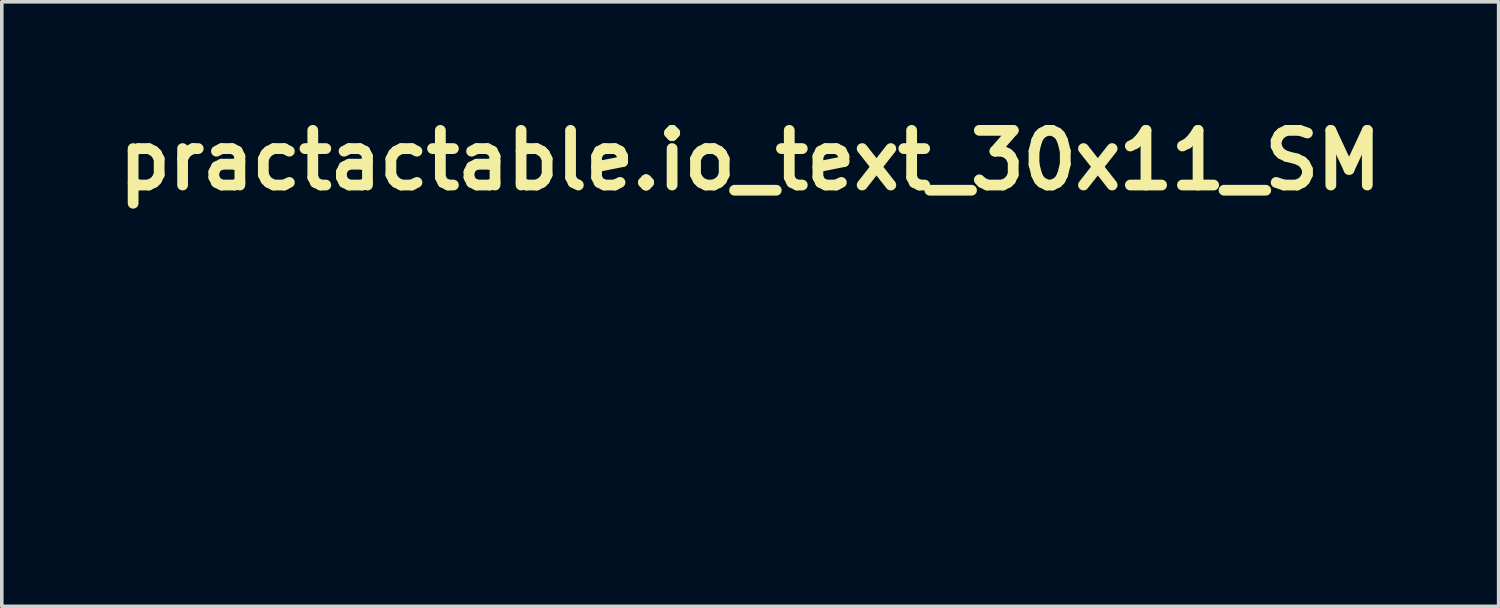
<source format=kicad_pcb>
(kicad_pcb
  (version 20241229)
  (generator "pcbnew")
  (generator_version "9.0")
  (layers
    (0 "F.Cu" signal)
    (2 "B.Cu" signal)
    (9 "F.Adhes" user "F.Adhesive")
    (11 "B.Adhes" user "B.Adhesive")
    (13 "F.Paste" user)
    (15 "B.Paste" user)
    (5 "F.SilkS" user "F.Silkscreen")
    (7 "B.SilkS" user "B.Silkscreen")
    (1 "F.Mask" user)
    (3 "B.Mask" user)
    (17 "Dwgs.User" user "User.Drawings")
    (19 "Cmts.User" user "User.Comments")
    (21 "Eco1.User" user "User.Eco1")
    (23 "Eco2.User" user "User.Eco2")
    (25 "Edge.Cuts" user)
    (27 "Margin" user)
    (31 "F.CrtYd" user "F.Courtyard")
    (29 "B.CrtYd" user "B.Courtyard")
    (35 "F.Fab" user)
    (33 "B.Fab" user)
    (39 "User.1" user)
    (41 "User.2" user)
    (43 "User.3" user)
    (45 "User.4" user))
  (footprint "practactable.io_text_30x11_SM"
    (layer "F.Cu")
    (at 18.114 5.609)
    (property "Reference" "practactable.io_text_30x11_SM" (at -0.254 -4.191 0) (layer "F.SilkS") (effects (font (size 1.524 1.524) (thickness 0.3))))
    (attr board_only exclude_from_pos_files exclude_from_bom)
    (fp_poly (pts (xy -1.429 3.817) (xy -1.394 3.84) (xy -1.364 3.885) (xy -1.386 3.932) (xy -1.388 3.933) (xy -1.449 3.977) (xy -1.51 3.971) (xy -1.523 3.961) (xy -1.543 3.903) (xy -1.525 3.841) (xy -1.491 3.814)) (stroke (width 0) (type solid)) (fill yes) (layer "F.Mask"))
    (fp_poly (pts (xy -0.4 3.816) (xy -0.382 3.833) (xy -0.349 3.892) (xy -0.35 3.933) (xy -0.392 3.974) (xy -0.452 3.976) (xy -0.501 3.942) (xy -0.507 3.93) (xy -0.503 3.867) (xy -0.48 3.83) (xy -0.438 3.799)) (stroke (width 0) (type solid)) (fill yes) (layer "F.Mask"))
    (fp_poly (pts (xy 7.991 3.825) (xy 8.019 3.877) (xy 8.018 3.9) (xy 7.987 3.959) (xy 7.931 3.973) (xy 7.871 3.936) (xy 7.87 3.935) (xy 7.845 3.887) (xy 7.872 3.843) (xy 7.875 3.84) (xy 7.936 3.809)) (stroke (width 0) (type solid)) (fill yes) (layer "F.Mask"))
    (fp_poly (pts (xy 10.844 -1.318) (xy 10.897 -1.257) (xy 10.917 -1.179) (xy 10.893 -1.099) (xy 10.878 -1.079) (xy 10.797 -1.026) (xy 10.711 -1.028) (xy 10.637 -1.085) (xy 10.63 -1.094) (xy 10.598 -1.189) (xy 10.622 -1.275) (xy 10.684 -1.33) (xy 10.769 -1.348)) (stroke (width 0) (type solid)) (fill yes) (layer "F.Mask"))
    (fp_poly (pts (xy 10.161 0.362) (xy 10.179 0.377) (xy 10.211 0.447) (xy 10.208 0.537) (xy 10.171 0.616) (xy 10.159 0.628) (xy 10.075 0.674) (xy 9.992 0.659) (xy 9.938 0.617) (xy 9.885 0.546) (xy 9.886 0.477) (xy 9.924 0.408) (xy 9.992 0.356) (xy 10.08 0.339)) (stroke (width 0) (type solid)) (fill yes) (layer "F.Mask"))
    (fp_poly (pts (xy -5.182 4.45) (xy -5.071 4.459) (xy -5.007 4.474) (xy -4.979 4.5) (xy -4.975 4.514) (xy -4.976 4.542) (xy -5.003 4.558) (xy -5.068 4.566) (xy -5.181 4.568) (xy -5.29 4.564) (xy -5.373 4.556) (xy -5.412 4.544) (xy -5.413 4.543) (xy -5.419 4.494) (xy -5.368 4.462) (xy -5.263 4.449)) (stroke (width 0) (type solid)) (fill yes) (layer "F.Mask"))
    (fp_poly (pts (xy 14.6 -0.981) (xy 14.61 -0.963) (xy 14.67 -0.785) (xy 14.681 -0.585) (xy 14.647 -0.391) (xy 14.613 -0.294) (xy 14.579 -0.232) (xy 14.552 -0.212) (xy 14.537 -0.24) (xy 14.536 -0.26) (xy 14.547 -0.32) (xy 14.569 -0.391) (xy 14.596 -0.512) (xy 14.601 -0.662) (xy 14.585 -0.809) (xy 14.568 -0.878) (xy 14.545 -0.969) (xy 14.545 -1.021) (xy 14.564 -1.027)) (stroke (width 0) (type solid)) (fill yes) (layer "F.Mask"))
    (fp_poly (pts (xy -0.405 4.139) (xy -0.388 4.155) (xy -0.378 4.194) (xy -0.374 4.267) (xy -0.374 4.383) (xy -0.377 4.511) (xy -0.384 4.69) (xy -0.396 4.813) (xy -0.414 4.883) (xy -0.439 4.906) (xy -0.473 4.887) (xy -0.473 4.887) (xy -0.481 4.85) (xy -0.488 4.763) (xy -0.492 4.641) (xy -0.494 4.501) (xy -0.493 4.346) (xy -0.49 4.242) (xy -0.483 4.18) (xy -0.47 4.148) (xy -0.449 4.137) (xy -0.431 4.136)) (stroke (width 0) (type solid)) (fill yes) (layer "F.Mask"))
    (fp_poly (pts (xy 13.079 -1.024) (xy 13.075 -0.98) (xy 13.036 -0.82) (xy 13.013 -0.703) (xy 13.004 -0.615) (xy 13.009 -0.539) (xy 13.026 -0.46) (xy 13.036 -0.424) (xy 13.067 -0.315) (xy 13.082 -0.253) (xy 13.081 -0.224) (xy 13.068 -0.216) (xy 13.06 -0.216) (xy 13.03 -0.241) (xy 12.995 -0.301) (xy 12.95 -0.458) (xy 12.939 -0.643) (xy 12.964 -0.831) (xy 12.975 -0.874) (xy 13.007 -0.968) (xy 13.039 -1.031) (xy 13.059 -1.049)) (stroke (width 0) (type solid)) (fill yes) (layer "F.Mask"))
    (fp_poly (pts (xy 7.957 4.139) (xy 7.975 4.156) (xy 7.985 4.197) (xy 7.991 4.272) (xy 7.993 4.391) (xy 7.993 4.521) (xy 7.992 4.689) (xy 7.987 4.803) (xy 7.978 4.871) (xy 7.963 4.903) (xy 7.952 4.907) (xy 7.9 4.893) (xy 7.891 4.887) (xy 7.883 4.849) (xy 7.876 4.763) (xy 7.872 4.641) (xy 7.87 4.501) (xy 7.871 4.346) (xy 7.874 4.242) (xy 7.881 4.18) (xy 7.894 4.148) (xy 7.915 4.137) (xy 7.932 4.136)) (stroke (width 0) (type solid)) (fill yes) (layer "F.Mask"))
    (fp_poly (pts (xy -1.423 4.139) (xy -1.406 4.155) (xy -1.396 4.194) (xy -1.392 4.266) (xy -1.393 4.382) (xy -1.396 4.513) (xy -1.4 4.673) (xy -1.407 4.782) (xy -1.416 4.849) (xy -1.431 4.885) (xy -1.452 4.9) (xy -1.458 4.901) (xy -1.481 4.901) (xy -1.496 4.882) (xy -1.505 4.836) (xy -1.51 4.752) (xy -1.512 4.622) (xy -1.512 4.524) (xy -1.512 4.363) (xy -1.509 4.254) (xy -1.503 4.187) (xy -1.491 4.152) (xy -1.472 4.138) (xy -1.45 4.136)) (stroke (width 0) (type solid)) (fill yes) (layer "F.Mask"))
    (fp_poly (pts (xy 13.512 -1.045) (xy 13.597 -1.034) (xy 13.641 -1.018) (xy 13.639 -1.002) (xy 13.584 -0.987) (xy 13.541 -0.982) (xy 13.441 -0.972) (xy 13.432 -0.687) (xy 13.423 -0.532) (xy 13.41 -0.439) (xy 13.394 -0.407) (xy 13.38 -0.435) (xy 13.369 -0.523) (xy 13.364 -0.67) (xy 13.364 -0.694) (xy 13.364 -0.988) (xy 13.256 -0.988) (xy 13.184 -0.995) (xy 13.148 -1.014) (xy 13.148 -1.018) (xy 13.176 -1.034) (xy 13.255 -1.044) (xy 13.372 -1.049) (xy 13.394 -1.049)) (stroke (width 0) (type solid)) (fill yes) (layer "F.Mask"))
    (fp_poly (pts (xy 10.834 -0.747) (xy 10.863 -0.712) (xy 10.874 -0.66) (xy 10.883 -0.555) (xy 10.89 -0.407) (xy 10.894 -0.223) (xy 10.895 -0.077) (xy 10.893 0.126) (xy 10.888 0.301) (xy 10.88 0.437) (xy 10.871 0.527) (xy 10.863 0.558) (xy 10.807 0.606) (xy 10.756 0.617) (xy 10.683 0.594) (xy 10.649 0.558) (xy 10.637 0.505) (xy 10.629 0.404) (xy 10.622 0.266) (xy 10.619 0.103) (xy 10.617 -0.072) (xy 10.618 -0.247) (xy 10.622 -0.41) (xy 10.629 -0.547) (xy 10.638 -0.647) (xy 10.647 -0.692) (xy 10.696 -0.754) (xy 10.766 -0.773)) (stroke (width 0) (type solid)) (fill yes) (layer "F.Mask"))
    (fp_poly (pts (xy 2.94 3.815) (xy 2.958 3.831) (xy 2.97 3.87) (xy 2.979 3.94) (xy 2.985 4.05) (xy 2.992 4.21) (xy 2.994 4.274) (xy 3 4.453) (xy 3.006 4.579) (xy 3.015 4.663) (xy 3.026 4.715) (xy 3.043 4.745) (xy 3.067 4.762) (xy 3.079 4.768) (xy 3.13 4.808) (xy 3.141 4.845) (xy 3.107 4.889) (xy 3.043 4.899) (xy 2.97 4.876) (xy 2.936 4.85) (xy 2.896 4.791) (xy 2.867 4.705) (xy 2.85 4.582) (xy 2.843 4.415) (xy 2.845 4.195) (xy 2.845 4.166) (xy 2.85 4.014) (xy 2.856 3.913) (xy 2.866 3.852) (xy 2.88 3.822) (xy 2.903 3.812) (xy 2.917 3.812)) (stroke (width 0) (type solid)) (fill yes) (layer "F.Mask"))
    (fp_poly (pts (xy 8.733 4.135) (xy 8.843 4.18) (xy 8.904 4.238) (xy 8.909 4.303) (xy 8.908 4.305) (xy 8.889 4.33) (xy 8.851 4.324) (xy 8.781 4.286) (xy 8.66 4.243) (xy 8.549 4.254) (xy 8.46 4.314) (xy 8.406 4.414) (xy 8.395 4.502) (xy 8.42 4.632) (xy 8.488 4.727) (xy 8.587 4.78) (xy 8.705 4.784) (xy 8.801 4.75) (xy 8.868 4.733) (xy 8.907 4.756) (xy 8.905 4.803) (xy 8.882 4.835) (xy 8.8 4.879) (xy 8.686 4.899) (xy 8.563 4.893) (xy 8.455 4.86) (xy 8.435 4.849) (xy 8.329 4.757) (xy 8.273 4.64) (xy 8.261 4.522) (xy 8.287 4.367) (xy 8.357 4.244) (xy 8.463 4.16) (xy 8.595 4.122)) (stroke (width 0) (type solid)) (fill yes) (layer "F.Mask"))
    (fp_poly (pts (xy 10.209 3.799) (xy 10.226 3.815) (xy 10.237 3.853) (xy 10.243 3.923) (xy 10.246 4.034) (xy 10.246 4.195) (xy 10.246 4.23) (xy 10.249 4.432) (xy 10.257 4.58) (xy 10.272 4.682) (xy 10.296 4.745) (xy 10.331 4.776) (xy 10.373 4.784) (xy 10.421 4.8) (xy 10.427 4.837) (xy 10.398 4.877) (xy 10.338 4.901) (xy 10.335 4.901) (xy 10.255 4.888) (xy 10.188 4.828) (xy 10.163 4.791) (xy 10.145 4.749) (xy 10.134 4.69) (xy 10.127 4.604) (xy 10.124 4.479) (xy 10.123 4.305) (xy 10.123 4.27) (xy 10.123 4.09) (xy 10.125 3.962) (xy 10.13 3.878) (xy 10.139 3.828) (xy 10.152 3.804) (xy 10.172 3.797) (xy 10.185 3.796)) (stroke (width 0) (type solid)) (fill yes) (layer "F.Mask"))
    (fp_poly (pts (xy -3.752 4.118) (xy -3.719 4.13) (xy -3.655 4.171) (xy -3.65 4.203) (xy -3.702 4.223) (xy -3.774 4.228) (xy -3.874 4.239) (xy -3.959 4.267) (xy -3.974 4.276) (xy -4.009 4.307) (xy -4.03 4.35) (xy -4.04 4.421) (xy -4.043 4.534) (xy -4.043 4.567) (xy -4.045 4.689) (xy -4.051 4.79) (xy -4.06 4.853) (xy -4.062 4.858) (xy -4.104 4.902) (xy -4.16 4.899) (xy -4.177 4.887) (xy -4.185 4.849) (xy -4.192 4.763) (xy -4.196 4.642) (xy -4.197 4.515) (xy -4.196 4.359) (xy -4.191 4.254) (xy -4.181 4.19) (xy -4.165 4.156) (xy -4.149 4.146) (xy -4.09 4.146) (xy -4.069 4.159) (xy -4.017 4.171) (xy -3.922 4.145) (xy -3.917 4.143) (xy -3.822 4.114)) (stroke (width 0) (type solid)) (fill yes) (layer "F.Mask"))
    (fp_poly (pts (xy 5.198 4.118) (xy 5.232 4.13) (xy 5.296 4.171) (xy 5.3 4.205) (xy 5.247 4.225) (xy 5.193 4.229) (xy 5.092 4.24) (xy 5.005 4.266) (xy 5 4.268) (xy 4.964 4.29) (xy 4.94 4.322) (xy 4.925 4.377) (xy 4.915 4.467) (xy 4.907 4.599) (xy 4.898 4.74) (xy 4.886 4.83) (xy 4.87 4.879) (xy 4.847 4.899) (xy 4.842 4.901) (xy 4.789 4.885) (xy 4.772 4.86) (xy 4.764 4.809) (xy 4.758 4.712) (xy 4.754 4.585) (xy 4.753 4.487) (xy 4.754 4.338) (xy 4.76 4.239) (xy 4.772 4.181) (xy 4.79 4.152) (xy 4.801 4.146) (xy 4.86 4.146) (xy 4.881 4.159) (xy 4.933 4.171) (xy 5.029 4.145) (xy 5.034 4.143) (xy 5.128 4.114)) (stroke (width 0) (type solid)) (fill yes) (layer "F.Mask"))
    (fp_poly (pts (xy 13.52 4.131) (xy 13.549 4.182) (xy 13.549 4.185) (xy 13.524 4.216) (xy 13.445 4.228) (xy 13.424 4.228) (xy 13.312 4.245) (xy 13.226 4.301) (xy 13.223 4.304) (xy 13.186 4.347) (xy 13.163 4.395) (xy 13.152 4.465) (xy 13.148 4.573) (xy 13.148 4.643) (xy 13.145 4.779) (xy 13.136 4.862) (xy 13.121 4.901) (xy 13.106 4.907) (xy 13.054 4.893) (xy 13.045 4.887) (xy 13.037 4.849) (xy 13.03 4.763) (xy 13.026 4.641) (xy 13.024 4.501) (xy 13.025 4.346) (xy 13.028 4.242) (xy 13.035 4.179) (xy 13.048 4.147) (xy 13.069 4.137) (xy 13.083 4.136) (xy 13.138 4.15) (xy 13.153 4.168) (xy 13.186 4.18) (xy 13.256 4.153) (xy 13.359 4.116) (xy 13.452 4.109)) (stroke (width 0) (type solid)) (fill yes) (layer "F.Mask"))
    (fp_poly (pts (xy -0.592 -0.78) (xy -0.489 -0.744) (xy -0.462 -0.722) (xy -0.413 -0.651) (xy -0.421 -0.596) (xy -0.483 -0.564) (xy -0.583 -0.557) (xy -0.736 -0.561) (xy -0.843 -0.555) (xy -0.921 -0.535) (xy -0.985 -0.499) (xy -1.026 -0.466) (xy -1.126 -0.376) (xy -1.142 0.113) (xy -1.157 0.602) (xy -1.254 0.611) (xy -1.335 0.605) (xy -1.369 0.57) (xy -1.375 0.525) (xy -1.381 0.428) (xy -1.385 0.29) (xy -1.388 0.122) (xy -1.389 -0.067) (xy -1.389 -0.091) (xy -1.388 -0.316) (xy -1.385 -0.486) (xy -1.377 -0.609) (xy -1.363 -0.692) (xy -1.342 -0.741) (xy -1.311 -0.765) (xy -1.269 -0.77) (xy -1.228 -0.766) (xy -1.165 -0.732) (xy -1.147 -0.687) (xy -1.138 -0.617) (xy -0.999 -0.699) (xy -0.864 -0.757) (xy -0.723 -0.784)) (stroke (width 0) (type solid)) (fill yes) (layer "F.Mask"))
    (fp_poly (pts (xy 0.426 4.145) (xy 0.552 4.229) (xy 0.556 4.233) (xy 0.638 4.356) (xy 0.67 4.497) (xy 0.65 4.64) (xy 0.58 4.771) (xy 0.54 4.814) (xy 0.447 4.868) (xy 0.323 4.897) (xy 0.196 4.898) (xy 0.096 4.87) (xy -0.02 4.775) (xy -0.089 4.644) (xy -0.104 4.522) (xy 0.029 4.522) (xy 0.052 4.635) (xy 0.098 4.712) (xy 0.19 4.771) (xy 0.3 4.785) (xy 0.404 4.754) (xy 0.453 4.714) (xy 0.524 4.599) (xy 0.533 4.475) (xy 0.509 4.393) (xy 0.44 4.296) (xy 0.343 4.245) (xy 0.232 4.243) (xy 0.125 4.293) (xy 0.092 4.322) (xy 0.043 4.41) (xy 0.029 4.522) (xy -0.104 4.522) (xy -0.106 4.511) (xy -0.081 4.356) (xy -0.011 4.241) (xy 0.109 4.161) (xy 0.128 4.153) (xy 0.283 4.119)) (stroke (width 0) (type solid)) (fill yes) (layer "F.Mask"))
    (fp_poly (pts (xy 6.846 4.142) (xy 6.945 4.174) (xy 7.014 4.223) (xy 7.037 4.278) (xy 7.014 4.313) (xy 6.957 4.315) (xy 6.886 4.286) (xy 6.869 4.274) (xy 6.768 4.232) (xy 6.661 4.25) (xy 6.594 4.291) (xy 6.519 4.386) (xy 6.491 4.501) (xy 6.51 4.619) (xy 6.576 4.721) (xy 6.602 4.744) (xy 6.671 4.772) (xy 6.764 4.782) (xy 6.853 4.773) (xy 6.905 4.749) (xy 6.954 4.728) (xy 7.002 4.741) (xy 7.022 4.779) (xy 7.019 4.794) (xy 6.968 4.848) (xy 6.874 4.888) (xy 6.752 4.907) (xy 6.726 4.907) (xy 6.629 4.895) (xy 6.544 4.849) (xy 6.493 4.806) (xy 6.404 4.687) (xy 6.363 4.55) (xy 6.371 4.41) (xy 6.425 4.282) (xy 6.526 4.18) (xy 6.531 4.177) (xy 6.623 4.14) (xy 6.734 4.13)) (stroke (width 0) (type solid)) (fill yes) (layer "F.Mask"))
    (fp_poly (pts (xy -6.873 4.131) (xy -6.741 4.183) (xy -6.667 4.243) (xy -6.608 4.344) (xy -6.58 4.476) (xy -6.584 4.613) (xy -6.617 4.716) (xy -6.702 4.818) (xy -6.822 4.883) (xy -6.962 4.907) (xy -7.103 4.886) (xy -7.167 4.859) (xy -7.263 4.775) (xy -7.324 4.655) (xy -7.345 4.534) (xy -7.222 4.534) (xy -7.196 4.636) (xy -7.133 4.72) (xy -7.04 4.774) (xy -6.925 4.786) (xy -6.837 4.765) (xy -6.78 4.716) (xy -6.731 4.63) (xy -6.701 4.532) (xy -6.697 4.49) (xy -6.724 4.403) (xy -6.789 4.317) (xy -6.876 4.253) (xy -6.96 4.228) (xy -7.044 4.253) (xy -7.132 4.318) (xy -7.203 4.424) (xy -7.222 4.534) (xy -7.345 4.534) (xy -7.347 4.519) (xy -7.33 4.383) (xy -7.268 4.265) (xy -7.266 4.262) (xy -7.153 4.171) (xy -7.016 4.127)) (stroke (width 0) (type solid)) (fill yes) (layer "F.Mask"))
    (fp_poly (pts (xy -4.629 3.908) (xy -4.603 3.983) (xy -4.599 4.047) (xy -4.595 4.124) (xy -4.573 4.158) (xy -4.521 4.166) (xy -4.506 4.166) (xy -4.432 4.18) (xy -4.413 4.213) (xy -4.441 4.249) (xy -4.507 4.259) (xy -4.601 4.259) (xy -4.583 4.737) (xy -4.482 4.767) (xy -4.41 4.804) (xy -4.39 4.849) (xy -4.424 4.886) (xy -4.479 4.901) (xy -4.574 4.883) (xy -4.646 4.837) (xy -4.689 4.794) (xy -4.716 4.746) (xy -4.733 4.676) (xy -4.743 4.567) (xy -4.746 4.511) (xy -4.755 4.386) (xy -4.766 4.31) (xy -4.783 4.272) (xy -4.809 4.26) (xy -4.819 4.259) (xy -4.866 4.239) (xy -4.876 4.213) (xy -4.851 4.175) (xy -4.815 4.166) (xy -4.773 4.155) (xy -4.756 4.112) (xy -4.753 4.049) (xy -4.744 3.963) (xy -4.722 3.902) (xy -4.717 3.896) (xy -4.669 3.876)) (stroke (width 0) (type solid)) (fill yes) (layer "F.Mask"))
    (fp_poly (pts (xy -0.96 3.889) (xy -0.957 3.889) (xy -0.938 3.916) (xy -0.927 3.986) (xy -0.926 4.028) (xy -0.923 4.113) (xy -0.908 4.153) (xy -0.868 4.166) (xy -0.833 4.166) (xy -0.76 4.18) (xy -0.741 4.213) (xy -0.768 4.249) (xy -0.835 4.259) (xy -0.928 4.259) (xy -0.91 4.737) (xy -0.809 4.767) (xy -0.737 4.805) (xy -0.718 4.849) (xy -0.753 4.887) (xy -0.81 4.901) (xy -0.903 4.885) (xy -0.972 4.833) (xy -1.012 4.786) (xy -1.035 4.734) (xy -1.046 4.658) (xy -1.049 4.541) (xy -1.049 4.522) (xy -1.051 4.403) (xy -1.058 4.33) (xy -1.074 4.29) (xy -1.105 4.268) (xy -1.126 4.259) (xy -1.19 4.222) (xy -1.197 4.187) (xy -1.147 4.163) (xy -1.134 4.161) (xy -1.089 4.144) (xy -1.064 4.097) (xy -1.049 4.012) (xy -1.036 3.931) (xy -1.019 3.885) (xy -1.011 3.881)) (stroke (width 0) (type solid)) (fill yes) (layer "F.Mask"))
    (fp_poly (pts (xy 7.393 3.875) (xy 7.426 3.934) (xy 7.443 4.028) (xy 7.455 4.109) (xy 7.482 4.147) (xy 7.538 4.161) (xy 7.607 4.184) (xy 7.623 4.22) (xy 7.588 4.25) (xy 7.53 4.259) (xy 7.438 4.259) (xy 7.438 4.473) (xy 7.447 4.622) (xy 7.476 4.72) (xy 7.529 4.771) (xy 7.597 4.784) (xy 7.645 4.8) (xy 7.65 4.836) (xy 7.62 4.876) (xy 7.561 4.901) (xy 7.554 4.901) (xy 7.461 4.885) (xy 7.392 4.833) (xy 7.352 4.786) (xy 7.328 4.734) (xy 7.317 4.658) (xy 7.314 4.541) (xy 7.314 4.522) (xy 7.313 4.403) (xy 7.306 4.33) (xy 7.289 4.29) (xy 7.258 4.268) (xy 7.237 4.259) (xy 7.18 4.232) (xy 7.16 4.213) (xy 7.185 4.191) (xy 7.237 4.166) (xy 7.289 4.136) (xy 7.311 4.083) (xy 7.314 4.015) (xy 7.327 3.915) (xy 7.356 3.869)) (stroke (width 0) (type solid)) (fill yes) (layer "F.Mask"))
    (fp_poly (pts (xy 12.548 4.153) (xy 12.657 4.221) (xy 12.736 4.322) (xy 12.775 4.452) (xy 12.777 4.491) (xy 12.77 4.595) (xy 12.753 4.687) (xy 12.747 4.705) (xy 12.681 4.797) (xy 12.575 4.864) (xy 12.445 4.9) (xy 12.308 4.899) (xy 12.183 4.859) (xy 12.086 4.773) (xy 12.026 4.653) (xy 12.007 4.515) (xy 12.011 4.494) (xy 12.129 4.494) (xy 12.144 4.58) (xy 12.182 4.671) (xy 12.23 4.741) (xy 12.26 4.763) (xy 12.378 4.784) (xy 12.497 4.76) (xy 12.578 4.708) (xy 12.644 4.604) (xy 12.653 4.488) (xy 12.607 4.372) (xy 12.56 4.315) (xy 12.489 4.254) (xy 12.428 4.234) (xy 12.367 4.24) (xy 12.265 4.284) (xy 12.181 4.362) (xy 12.134 4.455) (xy 12.129 4.494) (xy 12.011 4.494) (xy 12.032 4.376) (xy 12.076 4.287) (xy 12.176 4.186) (xy 12.296 4.132) (xy 12.424 4.122)) (stroke (width 0) (type solid)) (fill yes) (layer "F.Mask"))
    (fp_poly (pts (xy -5.831 4.134) (xy -5.719 4.195) (xy -5.714 4.2) (xy -5.647 4.299) (xy -5.604 4.447) (xy -5.587 4.634) (xy -5.587 4.66) (xy -5.595 4.797) (xy -5.62 4.877) (xy -5.664 4.903) (xy -5.691 4.897) (xy -5.717 4.875) (xy -5.732 4.824) (xy -5.739 4.733) (xy -5.74 4.634) (xy -5.749 4.467) (xy -5.776 4.353) (xy -5.827 4.284) (xy -5.906 4.251) (xy -5.968 4.247) (xy -6.061 4.256) (xy -6.125 4.291) (xy -6.166 4.361) (xy -6.191 4.475) (xy -6.203 4.62) (xy -6.217 4.773) (xy -6.239 4.867) (xy -6.268 4.904) (xy -6.306 4.887) (xy -6.314 4.85) (xy -6.321 4.763) (xy -6.325 4.641) (xy -6.327 4.501) (xy -6.326 4.346) (xy -6.323 4.242) (xy -6.316 4.179) (xy -6.303 4.147) (xy -6.282 4.137) (xy -6.268 4.136) (xy -6.213 4.15) (xy -6.198 4.168) (xy -6.165 4.179) (xy -6.092 4.153) (xy -6.088 4.151) (xy -5.962 4.118)) (stroke (width 0) (type solid)) (fill yes) (layer "F.Mask"))
    (fp_poly (pts (xy 2.313 4.121) (xy 2.401 4.156) (xy 2.417 4.164) (xy 2.527 4.239) (xy 2.601 4.345) (xy 2.642 4.49) (xy 2.654 4.677) (xy 2.651 4.793) (xy 2.638 4.861) (xy 2.613 4.893) (xy 2.604 4.897) (xy 2.548 4.891) (xy 2.525 4.866) (xy 2.5 4.834) (xy 2.462 4.835) (xy 2.407 4.861) (xy 2.266 4.904) (xy 2.127 4.892) (xy 2.011 4.829) (xy 1.912 4.711) (xy 1.866 4.578) (xy 1.867 4.525) (xy 1.995 4.525) (xy 2.019 4.628) (xy 2.078 4.714) (xy 2.169 4.77) (xy 2.253 4.784) (xy 2.365 4.762) (xy 2.436 4.709) (xy 2.491 4.611) (xy 2.506 4.489) (xy 2.48 4.373) (xy 2.473 4.36) (xy 2.401 4.284) (xy 2.298 4.245) (xy 2.186 4.25) (xy 2.159 4.26) (xy 2.063 4.326) (xy 2.009 4.42) (xy 1.995 4.525) (xy 1.867 4.525) (xy 1.869 4.441) (xy 1.919 4.314) (xy 2.014 4.208) (xy 2.15 4.135) (xy 2.162 4.131) (xy 2.243 4.114)) (stroke (width 0) (type solid)) (fill yes) (layer "F.Mask"))
    (fp_poly (pts (xy 7.791 -1.385) (xy 7.817 -1.368) (xy 7.837 -1.331) (xy 7.851 -1.268) (xy 7.861 -1.172) (xy 7.866 -1.035) (xy 7.869 -0.853) (xy 7.87 -0.617) (xy 7.87 -0.551) (xy 7.871 -0.285) (xy 7.874 -0.075) (xy 7.881 0.086) (xy 7.892 0.204) (xy 7.908 0.285) (xy 7.93 0.336) (xy 7.959 0.362) (xy 7.996 0.37) (xy 8 0.37) (xy 8.097 0.392) (xy 8.161 0.447) (xy 8.179 0.507) (xy 8.16 0.571) (xy 8.13 0.599) (xy 8.022 0.617) (xy 7.903 0.605) (xy 7.812 0.567) (xy 7.754 0.507) (xy 7.697 0.419) (xy 7.682 0.389) (xy 7.664 0.344) (xy 7.65 0.292) (xy 7.64 0.225) (xy 7.633 0.134) (xy 7.628 0.011) (xy 7.625 -0.151) (xy 7.624 -0.362) (xy 7.624 -0.515) (xy 7.624 -0.759) (xy 7.626 -0.949) (xy 7.629 -1.091) (xy 7.634 -1.194) (xy 7.642 -1.264) (xy 7.653 -1.308) (xy 7.667 -1.335) (xy 7.672 -1.34) (xy 7.727 -1.38) (xy 7.758 -1.389)) (stroke (width 0) (type solid)) (fill yes) (layer "F.Mask"))
    (fp_poly (pts (xy -3.06 4.145) (xy -2.938 4.21) (xy -2.855 4.3) (xy -2.824 4.378) (xy -2.799 4.494) (xy -2.784 4.624) (xy -2.78 4.746) (xy -2.79 4.827) (xy -2.824 4.889) (xy -2.871 4.905) (xy -2.912 4.873) (xy -2.923 4.846) (xy -2.937 4.806) (xy -2.959 4.804) (xy -3.01 4.84) (xy -3.017 4.846) (xy -3.123 4.894) (xy -3.251 4.903) (xy -3.377 4.871) (xy -3.399 4.861) (xy -3.49 4.779) (xy -3.551 4.659) (xy -3.568 4.564) (xy -3.448 4.564) (xy -3.417 4.637) (xy -3.38 4.685) (xy -3.28 4.764) (xy -3.17 4.786) (xy -3.062 4.751) (xy -3.008 4.708) (xy -2.941 4.603) (xy -2.929 4.486) (xy -2.97 4.373) (xy -3.03 4.305) (xy -3.111 4.25) (xy -3.183 4.236) (xy -3.223 4.242) (xy -3.342 4.292) (xy -3.418 4.387) (xy -3.445 4.479) (xy -3.448 4.564) (xy -3.568 4.564) (xy -3.576 4.522) (xy -3.56 4.385) (xy -3.535 4.324) (xy -3.448 4.215) (xy -3.33 4.148) (xy -3.196 4.125)) (stroke (width 0) (type solid)) (fill yes) (layer "F.Mask"))
    (fp_poly (pts (xy 13.823 3.8) (xy 13.841 3.819) (xy 13.851 3.865) (xy 13.856 3.947) (xy 13.857 4.078) (xy 13.857 4.124) (xy 13.857 4.452) (xy 14.057 4.276) (xy 14.175 4.18) (xy 14.257 4.131) (xy 14.304 4.129) (xy 14.32 4.172) (xy 14.32 4.174) (xy 14.299 4.212) (xy 14.242 4.274) (xy 14.178 4.335) (xy 14.035 4.46) (xy 14.178 4.635) (xy 14.248 4.728) (xy 14.299 4.807) (xy 14.32 4.856) (xy 14.32 4.859) (xy 14.305 4.903) (xy 14.26 4.898) (xy 14.193 4.846) (xy 14.106 4.749) (xy 14.098 4.739) (xy 14.008 4.635) (xy 13.943 4.586) (xy 13.899 4.592) (xy 13.87 4.653) (xy 13.857 4.735) (xy 13.837 4.843) (xy 13.806 4.898) (xy 13.765 4.896) (xy 13.755 4.887) (xy 13.748 4.851) (xy 13.742 4.763) (xy 13.738 4.635) (xy 13.735 4.476) (xy 13.734 4.331) (xy 13.734 4.138) (xy 13.736 3.998) (xy 13.74 3.902) (xy 13.747 3.843) (xy 13.758 3.811) (xy 13.775 3.798) (xy 13.796 3.796)) (stroke (width 0) (type solid)) (fill yes) (layer "F.Mask"))
    (fp_poly (pts (xy -7.81 4.137) (xy -7.741 4.161) (xy -7.666 4.216) (xy -7.616 4.295) (xy -7.586 4.409) (xy -7.57 4.571) (xy -7.57 4.583) (xy -7.568 4.741) (xy -7.581 4.844) (xy -7.61 4.895) (xy -7.657 4.9) (xy -7.666 4.897) (xy -7.691 4.876) (xy -7.707 4.827) (xy -7.714 4.739) (xy -7.716 4.62) (xy -7.723 4.459) (xy -7.748 4.35) (xy -7.796 4.284) (xy -7.873 4.253) (xy -7.953 4.247) (xy -8.048 4.26) (xy -8.114 4.304) (xy -8.155 4.388) (xy -8.175 4.518) (xy -8.179 4.648) (xy -8.181 4.783) (xy -8.19 4.864) (xy -8.206 4.902) (xy -8.22 4.907) (xy -8.272 4.893) (xy -8.281 4.887) (xy -8.29 4.849) (xy -8.296 4.763) (xy -8.301 4.641) (xy -8.302 4.501) (xy -8.301 4.346) (xy -8.298 4.242) (xy -8.291 4.179) (xy -8.278 4.147) (xy -8.257 4.137) (xy -8.243 4.136) (xy -8.188 4.153) (xy -8.171 4.174) (xy -8.15 4.196) (xy -8.107 4.17) (xy -8.106 4.17) (xy -8.029 4.137) (xy -7.921 4.126)) (stroke (width 0) (type solid)) (fill yes) (layer "F.Mask"))
    (fp_poly (pts (xy 5.866 4.133) (xy 5.992 4.199) (xy 6.094 4.306) (xy 6.154 4.434) (xy 6.158 4.453) (xy 6.167 4.542) (xy 6.169 4.659) (xy 6.167 4.722) (xy 6.157 4.824) (xy 6.138 4.879) (xy 6.105 4.901) (xy 6.101 4.902) (xy 6.047 4.887) (xy 6.028 4.849) (xy 6.014 4.807) (xy 5.991 4.804) (xy 5.941 4.84) (xy 5.933 4.846) (xy 5.816 4.902) (xy 5.687 4.903) (xy 5.56 4.849) (xy 5.507 4.807) (xy 5.414 4.685) (xy 5.374 4.55) (xy 5.375 4.544) (xy 5.512 4.544) (xy 5.545 4.648) (xy 5.613 4.729) (xy 5.704 4.777) (xy 5.808 4.786) (xy 5.911 4.745) (xy 5.947 4.717) (xy 6.007 4.622) (xy 6.022 4.51) (xy 5.995 4.398) (xy 5.93 4.304) (xy 5.834 4.245) (xy 5.82 4.241) (xy 5.719 4.245) (xy 5.621 4.295) (xy 5.546 4.379) (xy 5.526 4.424) (xy 5.512 4.544) (xy 5.375 4.544) (xy 5.386 4.414) (xy 5.446 4.289) (xy 5.554 4.19) (xy 5.612 4.159) (xy 5.708 4.122) (xy 5.783 4.115)) (stroke (width 0) (type solid)) (fill yes) (layer "F.Mask"))
    (fp_poly (pts (xy 9.692 4.159) (xy 9.807 4.248) (xy 9.836 4.287) (xy 9.873 4.351) (xy 9.894 4.422) (xy 9.904 4.517) (xy 9.907 4.649) (xy 9.905 4.778) (xy 9.898 4.856) (xy 9.884 4.895) (xy 9.861 4.907) (xy 9.858 4.907) (xy 9.811 4.881) (xy 9.792 4.844) (xy 9.776 4.801) (xy 9.748 4.807) (xy 9.719 4.832) (xy 9.633 4.876) (xy 9.518 4.896) (xy 9.398 4.889) (xy 9.313 4.861) (xy 9.211 4.772) (xy 9.152 4.655) (xy 9.138 4.546) (xy 9.259 4.546) (xy 9.301 4.66) (xy 9.334 4.702) (xy 9.433 4.767) (xy 9.548 4.783) (xy 9.659 4.75) (xy 9.689 4.729) (xy 9.745 4.65) (xy 9.774 4.546) (xy 9.779 4.456) (xy 9.758 4.393) (xy 9.699 4.325) (xy 9.697 4.322) (xy 9.594 4.247) (xy 9.493 4.233) (xy 9.392 4.28) (xy 9.349 4.318) (xy 9.275 4.429) (xy 9.259 4.546) (xy 9.138 4.546) (xy 9.136 4.523) (xy 9.159 4.391) (xy 9.22 4.272) (xy 9.318 4.181) (xy 9.401 4.142) (xy 9.552 4.122)) (stroke (width 0) (type solid)) (fill yes) (layer "F.Mask"))
    (fp_poly (pts (xy 13.822 -1.024) (xy 13.867 -0.955) (xy 13.923 -0.855) (xy 13.95 -0.802) (xy 14.006 -0.693) (xy 14.053 -0.609) (xy 14.083 -0.561) (xy 14.089 -0.556) (xy 14.108 -0.581) (xy 14.148 -0.65) (xy 14.201 -0.749) (xy 14.23 -0.806) (xy 14.298 -0.933) (xy 14.349 -1.009) (xy 14.382 -1.03) (xy 14.386 -1.027) (xy 14.398 -0.985) (xy 14.406 -0.902) (xy 14.407 -0.794) (xy 14.404 -0.677) (xy 14.397 -0.567) (xy 14.386 -0.481) (xy 14.372 -0.435) (xy 14.367 -0.431) (xy 14.349 -0.459) (xy 14.332 -0.533) (xy 14.32 -0.635) (xy 14.305 -0.839) (xy 14.205 -0.636) (xy 14.153 -0.537) (xy 14.11 -0.465) (xy 14.082 -0.433) (xy 14.08 -0.432) (xy 14.056 -0.458) (xy 14.012 -0.525) (xy 13.959 -0.621) (xy 13.949 -0.64) (xy 13.842 -0.849) (xy 13.833 -0.625) (xy 13.824 -0.494) (xy 13.811 -0.421) (xy 13.797 -0.404) (xy 13.783 -0.438) (xy 13.772 -0.522) (xy 13.766 -0.652) (xy 13.765 -0.725) (xy 13.768 -0.871) (xy 13.775 -0.979) (xy 13.787 -1.04) (xy 13.795 -1.049)) (stroke (width 0) (type solid)) (fill yes) (layer "F.Mask"))
    (fp_poly (pts (xy 1.406 4.139) (xy 1.437 4.153) (xy 1.525 4.207) (xy 1.584 4.273) (xy 1.616 4.365) (xy 1.629 4.495) (xy 1.628 4.629) (xy 1.622 4.761) (xy 1.612 4.842) (xy 1.596 4.882) (xy 1.574 4.892) (xy 1.55 4.879) (xy 1.533 4.833) (xy 1.521 4.744) (xy 1.511 4.619) (xy 1.501 4.48) (xy 1.487 4.391) (xy 1.466 4.336) (xy 1.436 4.302) (xy 1.434 4.301) (xy 1.32 4.243) (xy 1.215 4.245) (xy 1.147 4.281) (xy 1.107 4.316) (xy 1.081 4.357) (xy 1.066 4.42) (xy 1.055 4.519) (xy 1.049 4.617) (xy 1.04 4.753) (xy 1.027 4.838) (xy 1.009 4.884) (xy 0.984 4.901) (xy 0.984 4.901) (xy 0.932 4.885) (xy 0.914 4.86) (xy 0.906 4.809) (xy 0.9 4.712) (xy 0.896 4.585) (xy 0.895 4.487) (xy 0.897 4.338) (xy 0.902 4.239) (xy 0.914 4.181) (xy 0.932 4.152) (xy 0.943 4.146) (xy 1.002 4.146) (xy 1.022 4.158) (xy 1.076 4.169) (xy 1.177 4.144) (xy 1.184 4.141) (xy 1.271 4.114) (xy 1.334 4.113)) (stroke (width 0) (type solid)) (fill yes) (layer "F.Mask"))
    (fp_poly (pts (xy 4.235 4.134) (xy 4.375 4.203) (xy 4.475 4.309) (xy 4.524 4.432) (xy 4.529 4.576) (xy 4.483 4.701) (xy 4.399 4.804) (xy 4.282 4.884) (xy 4.154 4.91) (xy 4.029 4.88) (xy 3.971 4.844) (xy 3.891 4.781) (xy 3.882 5.006) (xy 3.875 5.126) (xy 3.863 5.197) (xy 3.842 5.231) (xy 3.819 5.241) (xy 3.765 5.228) (xy 3.747 5.205) (xy 3.741 5.157) (xy 3.738 5.061) (xy 3.737 4.931) (xy 3.739 4.781) (xy 3.74 4.772) (xy 3.748 4.58) (xy 3.757 4.498) (xy 3.887 4.498) (xy 3.899 4.613) (xy 3.956 4.712) (xy 4.048 4.771) (xy 4.157 4.785) (xy 4.261 4.754) (xy 4.311 4.714) (xy 4.381 4.612) (xy 4.4 4.512) (xy 4.381 4.424) (xy 4.323 4.328) (xy 4.233 4.262) (xy 4.13 4.236) (xy 4.087 4.241) (xy 3.986 4.295) (xy 3.918 4.387) (xy 3.887 4.498) (xy 3.757 4.498) (xy 3.764 4.439) (xy 3.793 4.336) (xy 3.839 4.261) (xy 3.907 4.204) (xy 3.994 4.155) (xy 4.081 4.119) (xy 4.155 4.115)) (stroke (width 0) (type solid)) (fill yes) (layer "F.Mask"))
    (fp_poly (pts (xy 2.281 -0.757) (xy 2.412 -0.719) (xy 2.522 -0.662) (xy 2.603 -0.595) (xy 2.647 -0.522) (xy 2.646 -0.452) (xy 2.608 -0.402) (xy 2.572 -0.386) (xy 2.522 -0.398) (xy 2.443 -0.444) (xy 2.416 -0.462) (xy 2.321 -0.52) (xy 2.243 -0.547) (xy 2.153 -0.551) (xy 2.104 -0.548) (xy 1.994 -0.532) (xy 1.914 -0.497) (xy 1.834 -0.429) (xy 1.828 -0.423) (xy 1.763 -0.35) (xy 1.727 -0.28) (xy 1.709 -0.188) (xy 1.704 -0.129) (xy 1.712 0.058) (xy 1.766 0.206) (xy 1.868 0.318) (xy 1.907 0.345) (xy 2.029 0.394) (xy 2.17 0.411) (xy 2.305 0.395) (xy 2.391 0.358) (xy 2.482 0.318) (xy 2.562 0.313) (xy 2.619 0.337) (xy 2.641 0.385) (xy 2.618 0.45) (xy 2.601 0.471) (xy 2.483 0.559) (xy 2.327 0.616) (xy 2.151 0.636) (xy 1.972 0.618) (xy 1.91 0.602) (xy 1.744 0.519) (xy 1.613 0.394) (xy 1.518 0.237) (xy 1.464 0.06) (xy 1.452 -0.126) (xy 1.486 -0.31) (xy 1.569 -0.482) (xy 1.61 -0.536) (xy 1.754 -0.667) (xy 1.931 -0.745) (xy 2.139 -0.771)) (stroke (width 0) (type solid)) (fill yes) (layer "F.Mask"))
    (fp_poly (pts (xy -1.858 3.799) (xy -1.841 3.816) (xy -1.83 3.855) (xy -1.824 3.926) (xy -1.821 4.039) (xy -1.821 4.204) (xy -1.821 4.214) (xy -1.824 4.419) (xy -1.834 4.572) (xy -1.855 4.683) (xy -1.889 4.762) (xy -1.939 4.818) (xy -2.005 4.86) (xy -2.134 4.899) (xy -2.274 4.9) (xy -2.398 4.863) (xy -2.414 4.854) (xy -2.52 4.753) (xy -2.579 4.619) (xy -2.584 4.494) (xy -2.469 4.494) (xy -2.454 4.58) (xy -2.416 4.671) (xy -2.368 4.741) (xy -2.338 4.763) (xy -2.22 4.784) (xy -2.101 4.76) (xy -2.02 4.708) (xy -1.954 4.604) (xy -1.945 4.488) (xy -1.991 4.372) (xy -2.038 4.315) (xy -2.109 4.254) (xy -2.17 4.234) (xy -2.231 4.24) (xy -2.333 4.284) (xy -2.417 4.362) (xy -2.464 4.455) (xy -2.469 4.494) (xy -2.584 4.494) (xy -2.585 4.463) (xy -2.542 4.315) (xy -2.459 4.205) (xy -2.345 4.139) (xy -2.213 4.122) (xy -2.072 4.158) (xy -2.014 4.19) (xy -1.944 4.235) (xy -1.944 4.016) (xy -1.943 3.901) (xy -1.935 3.835) (xy -1.919 3.804) (xy -1.889 3.796) (xy -1.883 3.796)) (stroke (width 0) (type solid)) (fill yes) (layer "F.Mask"))
    (fp_poly (pts (xy 3.295 -1.221) (xy 3.297 -1.221) (xy 3.345 -1.19) (xy 3.375 -1.126) (xy 3.39 -1.02) (xy 3.394 -0.887) (xy 3.395 -0.71) (xy 3.546 -0.71) (xy 3.652 -0.702) (xy 3.706 -0.677) (xy 3.715 -0.664) (xy 3.724 -0.59) (xy 3.683 -0.545) (xy 3.588 -0.526) (xy 3.546 -0.525) (xy 3.395 -0.525) (xy 3.395 -0.128) (xy 3.397 0.059) (xy 3.407 0.193) (xy 3.428 0.282) (xy 3.463 0.336) (xy 3.516 0.363) (xy 3.59 0.37) (xy 3.602 0.37) (xy 3.699 0.392) (xy 3.753 0.453) (xy 3.76 0.531) (xy 3.746 0.574) (xy 3.709 0.597) (xy 3.632 0.608) (xy 3.596 0.61) (xy 3.463 0.604) (xy 3.365 0.567) (xy 3.355 0.561) (xy 3.284 0.509) (xy 3.233 0.454) (xy 3.198 0.386) (xy 3.174 0.294) (xy 3.16 0.165) (xy 3.151 -0.01) (xy 3.148 -0.077) (xy 3.133 -0.509) (xy 3.025 -0.525) (xy 2.951 -0.543) (xy 2.921 -0.577) (xy 2.917 -0.617) (xy 2.927 -0.672) (xy 2.97 -0.699) (xy 3.025 -0.71) (xy 3.133 -0.725) (xy 3.142 -0.946) (xy 3.155 -1.093) (xy 3.183 -1.183) (xy 3.228 -1.225)) (stroke (width 0) (type solid)) (fill yes) (layer "F.Mask"))
    (fp_poly (pts (xy 12.238 -0.744) (xy 12.417 -0.664) (xy 12.55 -0.548) (xy 12.644 -0.414) (xy 12.696 -0.266) (xy 12.713 -0.086) (xy 12.71 0.001) (xy 12.698 0.132) (xy 12.672 0.228) (xy 12.626 0.315) (xy 12.605 0.346) (xy 12.472 0.484) (xy 12.304 0.581) (xy 12.114 0.632) (xy 11.917 0.632) (xy 11.796 0.604) (xy 11.607 0.515) (xy 11.466 0.388) (xy 11.374 0.222) (xy 11.33 0.021) (xy 11.327 -0.064) (xy 11.334 -0.122) (xy 11.566 -0.122) (xy 11.572 0.015) (xy 11.611 0.167) (xy 11.696 0.287) (xy 11.814 0.37) (xy 11.956 0.41) (xy 12.11 0.403) (xy 12.267 0.343) (xy 12.379 0.247) (xy 12.449 0.119) (xy 12.48 -0.028) (xy 12.471 -0.179) (xy 12.421 -0.322) (xy 12.333 -0.442) (xy 12.243 -0.508) (xy 12.147 -0.545) (xy 12.033 -0.553) (xy 11.974 -0.548) (xy 11.869 -0.532) (xy 11.793 -0.5) (xy 11.719 -0.436) (xy 11.691 -0.406) (xy 11.619 -0.317) (xy 11.579 -0.23) (xy 11.566 -0.122) (xy 11.334 -0.122) (xy 11.354 -0.283) (xy 11.429 -0.466) (xy 11.548 -0.61) (xy 11.708 -0.71) (xy 11.905 -0.763) (xy 12.028 -0.771)) (stroke (width 0) (type solid)) (fill yes) (layer "F.Mask"))
    (fp_poly (pts (xy 0.447 -0.767) (xy 0.648 -0.737) (xy 0.807 -0.665) (xy 0.937 -0.546) (xy 1.009 -0.44) (xy 1.043 -0.38) (xy 1.067 -0.326) (xy 1.082 -0.266) (xy 1.091 -0.186) (xy 1.094 -0.074) (xy 1.096 0.082) (xy 1.096 0.154) (xy 1.096 0.602) (xy 0.988 0.602) (xy 0.914 0.595) (xy 0.88 0.567) (xy 0.87 0.517) (xy 0.859 0.456) (xy 0.837 0.438) (xy 0.791 0.463) (xy 0.736 0.508) (xy 0.579 0.602) (xy 0.401 0.641) (xy 0.21 0.623) (xy 0.139 0.602) (xy -0.006 0.521) (xy -0.133 0.394) (xy -0.233 0.236) (xy -0.294 0.062) (xy -0.309 -0.069) (xy -0.059 -0.069) (xy -0.039 0.079) (xy 0.028 0.219) (xy 0.102 0.304) (xy 0.23 0.383) (xy 0.379 0.415) (xy 0.529 0.398) (xy 0.648 0.342) (xy 0.766 0.228) (xy 0.836 0.093) (xy 0.863 -0.052) (xy 0.849 -0.196) (xy 0.797 -0.329) (xy 0.709 -0.44) (xy 0.589 -0.519) (xy 0.439 -0.555) (xy 0.408 -0.556) (xy 0.252 -0.529) (xy 0.123 -0.456) (xy 0.026 -0.348) (xy -0.036 -0.215) (xy -0.059 -0.069) (xy -0.309 -0.069) (xy -0.309 -0.07) (xy -0.289 -0.207) (xy -0.239 -0.356) (xy -0.168 -0.489) (xy -0.118 -0.551) (xy 0.022 -0.671) (xy 0.167 -0.741) (xy 0.336 -0.768)) (stroke (width 0) (type solid)) (fill yes) (layer "F.Mask"))
    (fp_poly (pts (xy 4.896 -0.76) (xy 5.052 -0.715) (xy 5.188 -0.625) (xy 5.286 -0.524) (xy 5.357 -0.426) (xy 5.407 -0.318) (xy 5.44 -0.187) (xy 5.457 -0.019) (xy 5.463 0.196) (xy 5.463 0.21) (xy 5.46 0.381) (xy 5.449 0.498) (xy 5.427 0.57) (xy 5.39 0.607) (xy 5.336 0.615) (xy 5.302 0.612) (xy 5.244 0.583) (xy 5.221 0.517) (xy 5.205 0.449) (xy 5.172 0.439) (xy 5.117 0.484) (xy 5.107 0.494) (xy 5.042 0.54) (xy 4.938 0.586) (xy 4.822 0.624) (xy 4.716 0.644) (xy 4.678 0.645) (xy 4.599 0.634) (xy 4.53 0.617) (xy 4.347 0.533) (xy 4.205 0.404) (xy 4.107 0.234) (xy 4.056 0.027) (xy 4.052 -0.025) (xy 4.05 -0.068) (xy 4.29 -0.068) (xy 4.316 0.092) (xy 4.386 0.226) (xy 4.49 0.33) (xy 4.618 0.397) (xy 4.758 0.42) (xy 4.901 0.394) (xy 4.998 0.342) (xy 5.122 0.22) (xy 5.194 0.072) (xy 5.21 -0.094) (xy 5.168 -0.268) (xy 5.16 -0.288) (xy 5.073 -0.423) (xy 4.959 -0.511) (xy 4.83 -0.554) (xy 4.695 -0.555) (xy 4.565 -0.516) (xy 4.449 -0.44) (xy 4.359 -0.33) (xy 4.303 -0.188) (xy 4.29 -0.068) (xy 4.05 -0.068) (xy 4.048 -0.149) (xy 4.059 -0.241) (xy 4.091 -0.33) (xy 4.125 -0.401) (xy 4.233 -0.565) (xy 4.363 -0.677) (xy 4.525 -0.742) (xy 4.704 -0.766)) (stroke (width 0) (type solid)) (fill yes) (layer "F.Mask"))
    (fp_poly (pts (xy 10.994 4.156) (xy 11.042 4.242) (xy 11.094 4.387) (xy 11.098 4.398) (xy 11.135 4.514) (xy 11.166 4.604) (xy 11.185 4.654) (xy 11.189 4.66) (xy 11.202 4.633) (xy 11.228 4.56) (xy 11.262 4.454) (xy 11.279 4.398) (xy 11.322 4.267) (xy 11.357 4.186) (xy 11.388 4.145) (xy 11.417 4.136) (xy 11.45 4.148) (xy 11.479 4.192) (xy 11.508 4.28) (xy 11.528 4.359) (xy 11.565 4.506) (xy 11.593 4.594) (xy 11.619 4.623) (xy 11.645 4.596) (xy 11.677 4.512) (xy 11.711 4.404) (xy 11.754 4.272) (xy 11.788 4.191) (xy 11.818 4.148) (xy 11.851 4.136) (xy 11.853 4.136) (xy 11.902 4.146) (xy 11.913 4.16) (xy 11.904 4.197) (xy 11.878 4.28) (xy 11.841 4.397) (xy 11.795 4.536) (xy 11.795 4.538) (xy 11.732 4.714) (xy 11.681 4.831) (xy 11.638 4.89) (xy 11.599 4.892) (xy 11.562 4.838) (xy 11.522 4.73) (xy 11.494 4.634) (xy 11.461 4.517) (xy 11.433 4.424) (xy 11.414 4.371) (xy 11.41 4.364) (xy 11.397 4.385) (xy 11.372 4.454) (xy 11.339 4.557) (xy 11.32 4.621) (xy 11.274 4.77) (xy 11.233 4.861) (xy 11.197 4.9) (xy 11.192 4.902) (xy 11.141 4.89) (xy 11.126 4.871) (xy 11.077 4.735) (xy 11.029 4.59) (xy 10.984 4.448) (xy 10.947 4.323) (xy 10.922 4.226) (xy 10.912 4.17) (xy 10.912 4.162) (xy 10.952 4.13)) (stroke (width 0) (type solid)) (fill yes) (layer "F.Mask"))
    (fp_poly (pts (xy -2.285 -0.748) (xy -2.115 -0.676) (xy -1.975 -0.553) (xy -1.923 -0.483) (xy -1.834 -0.302) (xy -1.796 -0.11) (xy -1.808 0.083) (xy -1.867 0.264) (xy -1.971 0.422) (xy -2.117 0.545) (xy -2.136 0.556) (xy -2.281 0.612) (xy -2.444 0.632) (xy -2.606 0.617) (xy -2.75 0.569) (xy -2.86 0.491) (xy -2.869 0.48) (xy -2.914 0.44) (xy -2.936 0.432) (xy -2.946 0.461) (xy -2.955 0.54) (xy -2.96 0.657) (xy -2.963 0.801) (xy -2.963 0.815) (xy -2.964 0.978) (xy -2.968 1.09) (xy -2.977 1.161) (xy -2.991 1.199) (xy -3.012 1.216) (xy -3.103 1.233) (xy -3.17 1.2) (xy -3.173 1.197) (xy -3.187 1.152) (xy -3.198 1.056) (xy -3.206 0.92) (xy -3.211 0.755) (xy -3.213 0.571) (xy -3.211 0.38) (xy -3.206 0.192) (xy -3.199 0.019) (xy -3.197 -0.006) (xy -2.954 -0.006) (xy -2.914 0.133) (xy -2.84 0.253) (xy -2.739 0.347) (xy -2.617 0.406) (xy -2.484 0.424) (xy -2.345 0.393) (xy -2.255 0.343) (xy -2.139 0.226) (xy -2.065 0.08) (xy -2.038 -0.079) (xy -2.061 -0.237) (xy -2.092 -0.309) (xy -2.193 -0.437) (xy -2.32 -0.52) (xy -2.461 -0.556) (xy -2.605 -0.546) (xy -2.74 -0.489) (xy -2.852 -0.386) (xy -2.9 -0.311) (xy -2.951 -0.156) (xy -2.954 -0.006) (xy -3.197 -0.006) (xy -3.189 -0.13) (xy -3.175 -0.243) (xy -3.164 -0.296) (xy -3.081 -0.476) (xy -2.953 -0.617) (xy -2.786 -0.715) (xy -2.589 -0.766) (xy -2.491 -0.772)) (stroke (width 0) (type solid)) (fill yes) (layer "F.Mask"))
    (fp_poly (pts (xy 9.183 -0.757) (xy 9.266 -0.729) (xy 9.32 -0.702) (xy 9.451 -0.6) (xy 9.552 -0.457) (xy 9.612 -0.294) (xy 9.623 -0.156) (xy 9.614 -0.015) (xy 9.081 -0.007) (xy 8.877 -0.003) (xy 8.728 0.002) (xy 8.627 0.013) (xy 8.569 0.031) (xy 8.548 0.06) (xy 8.556 0.103) (xy 8.588 0.163) (xy 8.615 0.208) (xy 8.705 0.305) (xy 8.831 0.383) (xy 8.968 0.426) (xy 9.022 0.431) (xy 9.101 0.42) (xy 9.205 0.389) (xy 9.258 0.368) (xy 9.386 0.323) (xy 9.469 0.318) (xy 9.513 0.353) (xy 9.521 0.402) (xy 9.508 0.456) (xy 9.46 0.504) (xy 9.38 0.549) (xy 9.17 0.621) (xy 8.959 0.633) (xy 8.772 0.592) (xy 8.585 0.499) (xy 8.449 0.373) (xy 8.362 0.209) (xy 8.322 0.007) (xy 8.319 -0.077) (xy 8.338 -0.247) (xy 8.554 -0.247) (xy 8.565 -0.216) (xy 8.612 -0.198) (xy 8.702 -0.189) (xy 8.841 -0.185) (xy 8.981 -0.185) (xy 9.159 -0.186) (xy 9.283 -0.19) (xy 9.361 -0.198) (xy 9.402 -0.21) (xy 9.413 -0.227) (xy 9.397 -0.278) (xy 9.357 -0.352) (xy 9.343 -0.374) (xy 9.233 -0.49) (xy 9.1 -0.556) (xy 8.956 -0.573) (xy 8.815 -0.541) (xy 8.69 -0.46) (xy 8.609 -0.361) (xy 8.571 -0.295) (xy 8.554 -0.247) (xy 8.338 -0.247) (xy 8.342 -0.288) (xy 8.412 -0.461) (xy 8.532 -0.605) (xy 8.605 -0.662) (xy 8.69 -0.714) (xy 8.772 -0.745) (xy 8.878 -0.76) (xy 8.96 -0.766) (xy 9.09 -0.768)) (stroke (width 0) (type solid)) (fill yes) (layer "F.Mask"))
    (fp_poly (pts (xy 6.049 -1.358) (xy 6.075 -1.34) (xy 6.092 -1.31) (xy 6.103 -1.257) (xy 6.108 -1.171) (xy 6.111 -1.041) (xy 6.111 -0.935) (xy 6.111 -0.545) (xy 6.18 -0.608) (xy 6.335 -0.714) (xy 6.515 -0.765) (xy 6.62 -0.772) (xy 6.82 -0.745) (xy 6.987 -0.667) (xy 7.12 -0.537) (xy 7.216 -0.359) (xy 7.242 -0.283) (xy 7.272 -0.082) (xy 7.248 0.115) (xy 7.174 0.295) (xy 7.055 0.447) (xy 6.936 0.537) (xy 6.81 0.591) (xy 6.66 0.626) (xy 6.512 0.638) (xy 6.392 0.622) (xy 6.388 0.621) (xy 6.202 0.539) (xy 6.062 0.426) (xy 5.954 0.27) (xy 5.928 0.216) (xy 5.908 0.166) (xy 5.892 0.113) (xy 5.881 0.047) (xy 5.873 -0.041) (xy 5.872 -0.067) (xy 6.112 -0.067) (xy 6.127 0.073) (xy 6.154 0.148) (xy 6.253 0.282) (xy 6.382 0.372) (xy 6.527 0.414) (xy 6.677 0.406) (xy 6.819 0.344) (xy 6.821 0.343) (xy 6.896 0.265) (xy 6.966 0.152) (xy 7.017 0.029) (xy 7.036 -0.076) (xy 7.023 -0.164) (xy 6.99 -0.268) (xy 6.978 -0.296) (xy 6.89 -0.425) (xy 6.77 -0.51) (xy 6.631 -0.552) (xy 6.485 -0.548) (xy 6.346 -0.499) (xy 6.226 -0.404) (xy 6.172 -0.332) (xy 6.127 -0.212) (xy 6.112 -0.067) (xy 5.872 -0.067) (xy 5.868 -0.159) (xy 5.866 -0.317) (xy 5.865 -0.524) (xy 5.865 -0.624) (xy 5.865 -0.85) (xy 5.866 -1.022) (xy 5.868 -1.147) (xy 5.873 -1.235) (xy 5.881 -1.292) (xy 5.892 -1.327) (xy 5.908 -1.347) (xy 5.926 -1.358) (xy 6.005 -1.374)) (stroke (width 0) (type solid)) (fill yes) (layer "F.Mask"))
    (fp_poly (pts (xy -4.826 -1.296) (xy -4.683 -1.048) (xy -4.55 -0.816) (xy -4.431 -0.604) (xy -4.327 -0.42) (xy -4.243 -0.267) (xy -4.182 -0.153) (xy -4.147 -0.082) (xy -4.139 -0.062) (xy -4.154 -0.026) (xy -4.197 0.057) (xy -4.265 0.182) (xy -4.355 0.344) (xy -4.463 0.537) (xy -4.587 0.754) (xy -4.723 0.992) (xy -4.828 1.173) (xy -5.516 2.361) (xy -6.939 2.369) (xy -8.362 2.377) (xy -8.406 2.307) (xy -8.457 2.224) (xy -8.529 2.101) (xy -8.62 1.946) (xy -8.725 1.764) (xy -8.841 1.563) (xy -8.964 1.348) (xy -9.089 1.128) (xy -9.214 0.907) (xy -9.335 0.694) (xy -9.447 0.494) (xy -9.547 0.315) (xy -9.631 0.163) (xy -9.696 0.044) (xy -9.738 -0.034) (xy -9.751 -0.064) (xy -8.974 -0.064) (xy -8.712 0.393) (xy -8.599 0.589) (xy -8.472 0.809) (xy -8.344 1.029) (xy -8.23 1.226) (xy -8.204 1.273) (xy -7.958 1.697) (xy -5.932 1.697) (xy -5.435 0.835) (xy -5.314 0.624) (xy -5.204 0.43) (xy -5.108 0.259) (xy -5.03 0.117) (xy -4.974 0.011) (xy -4.943 -0.051) (xy -4.938 -0.065) (xy -4.953 -0.1) (xy -4.995 -0.181) (xy -5.061 -0.303) (xy -5.148 -0.458) (xy -5.25 -0.639) (xy -5.365 -0.841) (xy -5.435 -0.962) (xy -5.931 -1.822) (xy -6.95 -1.814) (xy -7.969 -1.805) (xy -8.472 -0.935) (xy -8.974 -0.064) (xy -9.751 -0.064) (xy -9.752 -0.066) (xy -9.737 -0.101) (xy -9.694 -0.183) (xy -9.626 -0.308) (xy -9.536 -0.469) (xy -9.428 -0.661) (xy -9.304 -0.878) (xy -9.168 -1.115) (xy -9.064 -1.296) (xy -8.377 -2.484) (xy -5.513 -2.484)) (stroke (width 0) (type solid)) (fill yes) (layer "F.Mask"))
    (fp_poly (pts (xy -9.496 1.375) (xy -9.352 1.626) (xy -9.218 1.86) (xy -9.098 2.073) (xy -8.994 2.258) (xy -8.909 2.411) (xy -8.847 2.526) (xy -8.81 2.598) (xy -8.802 2.621) (xy -8.818 2.652) (xy -8.863 2.731) (xy -8.932 2.853) (xy -9.023 3.012) (xy -9.132 3.202) (xy -9.256 3.418) (xy -9.392 3.655) (xy -9.506 3.853) (xy -10.2 5.06) (xy -11.611 5.061) (xy -13.023 5.061) (xy -13.066 4.992) (xy -13.108 4.924) (xy -13.173 4.813) (xy -13.258 4.668) (xy -13.358 4.495) (xy -13.471 4.3) (xy -13.591 4.089) (xy -13.717 3.871) (xy -13.842 3.65) (xy -13.965 3.435) (xy -14.081 3.231) (xy -14.186 3.045) (xy -14.276 2.884) (xy -14.349 2.754) (xy -14.399 2.663) (xy -14.423 2.616) (xy -14.425 2.611) (xy -14.42 2.6) (xy -13.646 2.6) (xy -13.191 3.391) (xy -13.073 3.596) (xy -12.963 3.786) (xy -12.866 3.956) (xy -12.785 4.096) (xy -12.725 4.2) (xy -12.691 4.26) (xy -12.687 4.267) (xy -12.638 4.351) (xy -10.596 4.352) (xy -10.097 3.486) (xy -9.976 3.276) (xy -9.866 3.083) (xy -9.77 2.914) (xy -9.692 2.774) (xy -9.636 2.672) (xy -9.604 2.612) (xy -9.599 2.599) (xy -9.614 2.568) (xy -9.657 2.49) (xy -9.723 2.372) (xy -9.809 2.22) (xy -9.912 2.04) (xy -10.027 1.84) (xy -10.101 1.713) (xy -10.602 0.849) (xy -12.632 0.849) (xy -13.139 1.724) (xy -13.646 2.6) (xy -14.42 2.6) (xy -14.41 2.578) (xy -14.368 2.497) (xy -14.302 2.373) (xy -14.213 2.212) (xy -14.106 2.021) (xy -13.983 1.803) (xy -13.848 1.565) (xy -13.734 1.366) (xy -13.039 0.157) (xy -11.62 0.156) (xy -10.2 0.155)) (stroke (width 0) (type solid)) (fill yes) (layer "F.Mask"))
    (fp_poly (pts (xy -9.496 -4.056) (xy -9.352 -3.806) (xy -9.218 -3.571) (xy -9.098 -3.359) (xy -8.994 -3.173) (xy -8.91 -3.02) (xy -8.847 -2.905) (xy -8.811 -2.833) (xy -8.802 -2.811) (xy -8.819 -2.78) (xy -8.863 -2.7) (xy -8.932 -2.579) (xy -9.023 -2.42) (xy -9.132 -2.23) (xy -9.256 -2.014) (xy -9.392 -1.777) (xy -9.506 -1.579) (xy -10.2 -0.372) (xy -13.023 -0.37) (xy -13.066 -0.44) (xy -13.109 -0.51) (xy -13.175 -0.622) (xy -13.26 -0.768) (xy -13.361 -0.943) (xy -13.474 -1.138) (xy -13.596 -1.349) (xy -13.721 -1.568) (xy -13.847 -1.788) (xy -13.969 -2.003) (xy -14.085 -2.207) (xy -14.189 -2.392) (xy -14.279 -2.552) (xy -14.351 -2.68) (xy -14.4 -2.77) (xy -14.421 -2.81) (xy -13.635 -2.81) (xy -13.618 -2.78) (xy -13.573 -2.702) (xy -13.506 -2.584) (xy -13.418 -2.432) (xy -13.315 -2.252) (xy -13.2 -2.052) (xy -13.132 -1.935) (xy -12.638 -1.081) (xy -11.617 -1.08) (xy -10.596 -1.08) (xy -10.097 -1.945) (xy -9.976 -2.155) (xy -9.866 -2.348) (xy -9.77 -2.518) (xy -9.692 -2.657) (xy -9.636 -2.76) (xy -9.604 -2.82) (xy -9.599 -2.833) (xy -9.614 -2.864) (xy -9.657 -2.942) (xy -9.723 -3.06) (xy -9.81 -3.212) (xy -9.912 -3.392) (xy -10.028 -3.592) (xy -10.101 -3.719) (xy -10.602 -4.583) (xy -12.632 -4.583) (xy -13.138 -3.707) (xy -13.259 -3.496) (xy -13.37 -3.302) (xy -13.466 -3.131) (xy -13.543 -2.99) (xy -13.599 -2.886) (xy -13.63 -2.824) (xy -13.635 -2.81) (xy -14.421 -2.81) (xy -14.423 -2.814) (xy -14.424 -2.818) (xy -14.41 -2.852) (xy -14.368 -2.933) (xy -14.302 -3.057) (xy -14.213 -3.218) (xy -14.106 -3.41) (xy -13.983 -3.627) (xy -13.848 -3.865) (xy -13.734 -4.065) (xy -13.039 -5.275) (xy -11.62 -5.276) (xy -10.2 -5.277)) (stroke (width 0) (type solid)) (fill yes) (layer "F.Mask")))
  (gr_rect
    (start -3 -3)
    (end 38.72 13.85)
    (stroke (width 0.1) (type default))
    (fill no)
    (layer "Edge.Cuts")))
</source>
